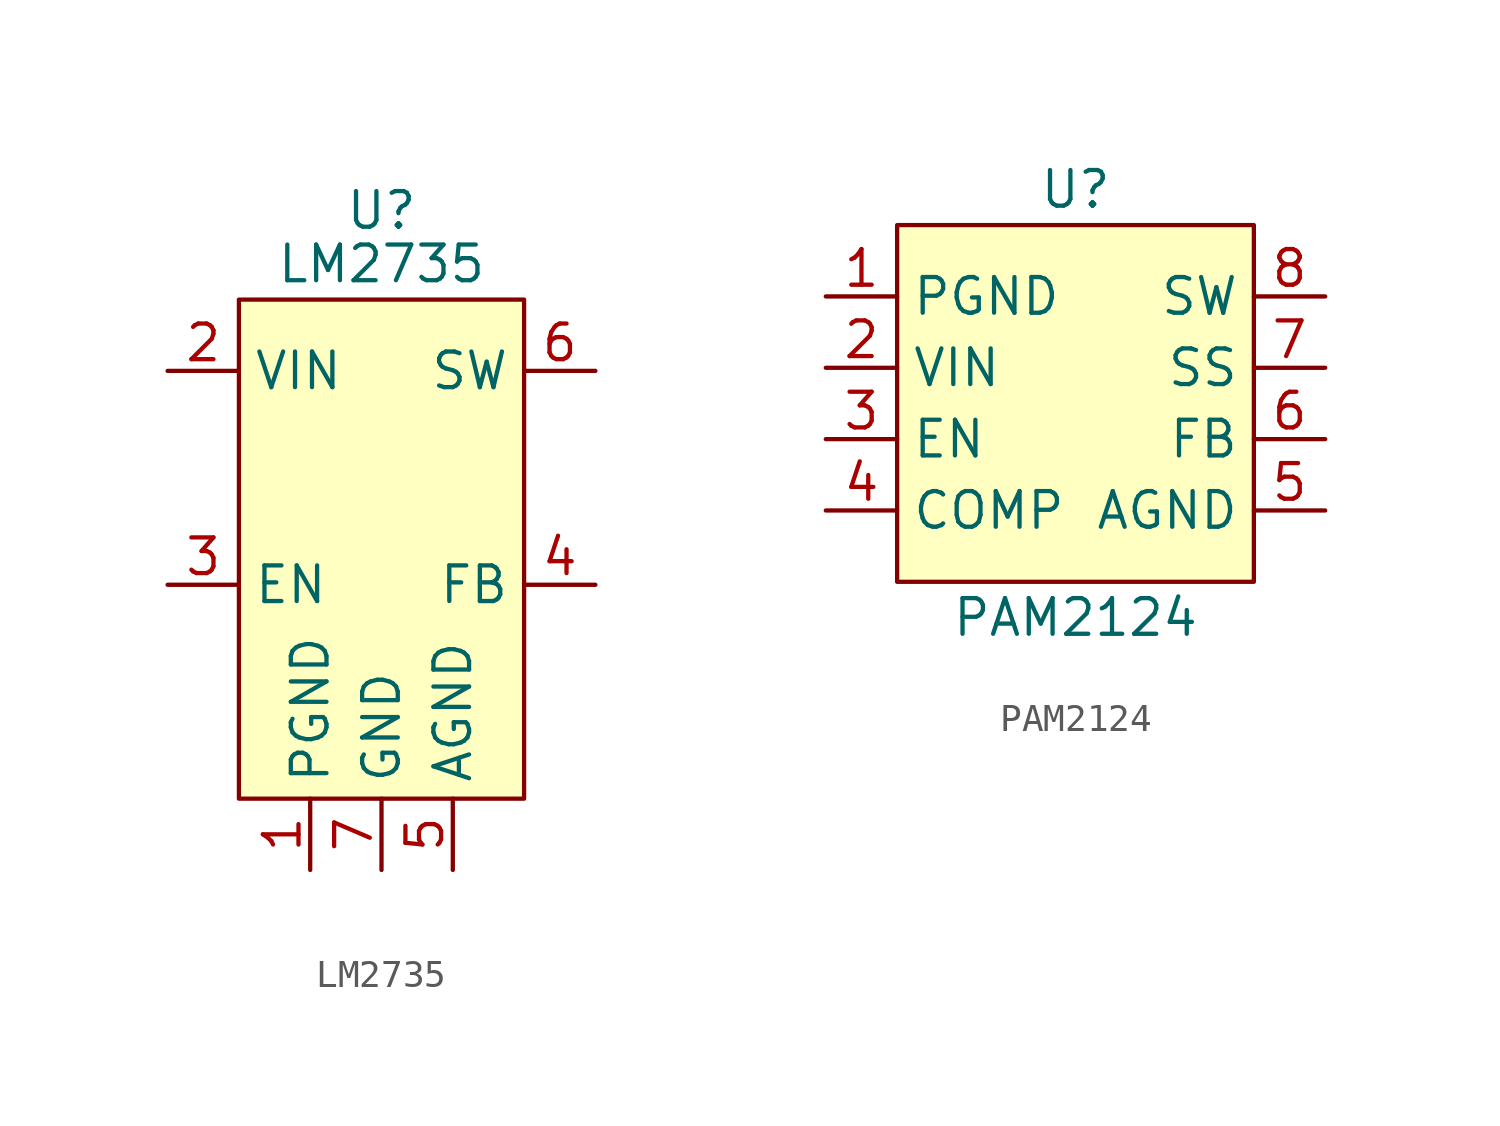
<source format=kicad_sym>
(kicad_symbol_lib
  (version 20231120)
  (generator "kicad_symbol_editor")
  (generator_version "8.0")
  (symbol "LM2735"
    (property "Reference" "U"
      (at 0 12.065 0)
      (effects (font (size 1.27 1.27))))
    (property "Value" "LM2735"
      (at 0 10.16 0)
      (effects (font (size 1.27 1.27))))
    (symbol "LM2735_0_1"
      (rectangle (start -5.08 8.89) (end 5.08 -8.89) (stroke (width 0) (type default)) (fill (type background))))
    (symbol "LM2735_1_1"
      (pin power_in line (at -2.54 -11.43 90) (length 2.54) (name "PGND" (effects (font (size 1.27 1.27)))) (number "1" (effects (font (size 1.27 1.27)))))
      (pin input line (at -7.62 6.35 0) (length 2.54) (name "VIN" (effects (font (size 1.27 1.27)))) (number "2" (effects (font (size 1.27 1.27)))))
      (pin input line (at -7.62 -1.27 0) (length 2.54) (name "EN" (effects (font (size 1.27 1.27)))) (number "3" (effects (font (size 1.27 1.27)))))
      (pin input line (at 7.62 -1.27 180) (length 2.54) (name "FB" (effects (font (size 1.27 1.27)))) (number "4" (effects (font (size 1.27 1.27)))))
      (pin power_in line (at 2.54 -11.43 90) (length 2.54) (name "AGND" (effects (font (size 1.27 1.27)))) (number "5" (effects (font (size 1.27 1.27)))))
      (pin output line (at 7.62 6.35 180) (length 2.54) (name "SW" (effects (font (size 1.27 1.27)))) (number "6" (effects (font (size 1.27 1.27)))))
      (pin power_in line (at 0 -11.43 90) (length 2.54) (name "GND" (effects (font (size 1.27 1.27)))) (number "7" (effects (font (size 1.27 1.27)))))))
  (symbol "PAM2124"
    (property "Reference" "U"
      (at 0 7.62 0)
      (effects (font (size 1.27 1.27))))
    (property "Value" "PAM2124"
      (at 0 -7.62 0)
      (effects (font (size 1.27 1.27))))
    (symbol "PAM2124_0_1"
      (rectangle (start -6.35 6.35) (end 6.35 -6.35) (stroke (width 0) (type default)) (fill (type background))))
    (symbol "PAM2124_1_1"
      (pin power_in line (at -8.89 3.81 0) (length 2.54) (name "PGND" (effects (font (size 1.27 1.27)))) (number "1" (effects (font (size 1.27 1.27)))))
      (pin power_in line (at -8.89 1.27 0) (length 2.54) (name "VIN" (effects (font (size 1.27 1.27)))) (number "2" (effects (font (size 1.27 1.27)))))
      (pin power_in line (at -8.89 -1.27 0) (length 2.54) (name "EN" (effects (font (size 1.27 1.27)))) (number "3" (effects (font (size 1.27 1.27)))))
      (pin input line (at -8.89 -3.81 0) (length 2.54) (name "COMP" (effects (font (size 1.27 1.27)))) (number "4" (effects (font (size 1.27 1.27)))))
      (pin power_in line (at 8.89 -3.81 180) (length 2.54) (name "AGND" (effects (font (size 1.27 1.27)))) (number "5" (effects (font (size 1.27 1.27)))))
      (pin input line (at 8.89 -1.27 180) (length 2.54) (name "FB" (effects (font (size 1.27 1.27)))) (number "6" (effects (font (size 1.27 1.27)))))
      (pin input line (at 8.89 1.27 180) (length 2.54) (name "SS" (effects (font (size 1.27 1.27)))) (number "7" (effects (font (size 1.27 1.27)))))
      (pin input line (at 8.89 3.81 180) (length 2.54) (name "SW" (effects (font (size 1.27 1.27)))) (number "8" (effects (font (size 1.27 1.27))))))))
</source>
